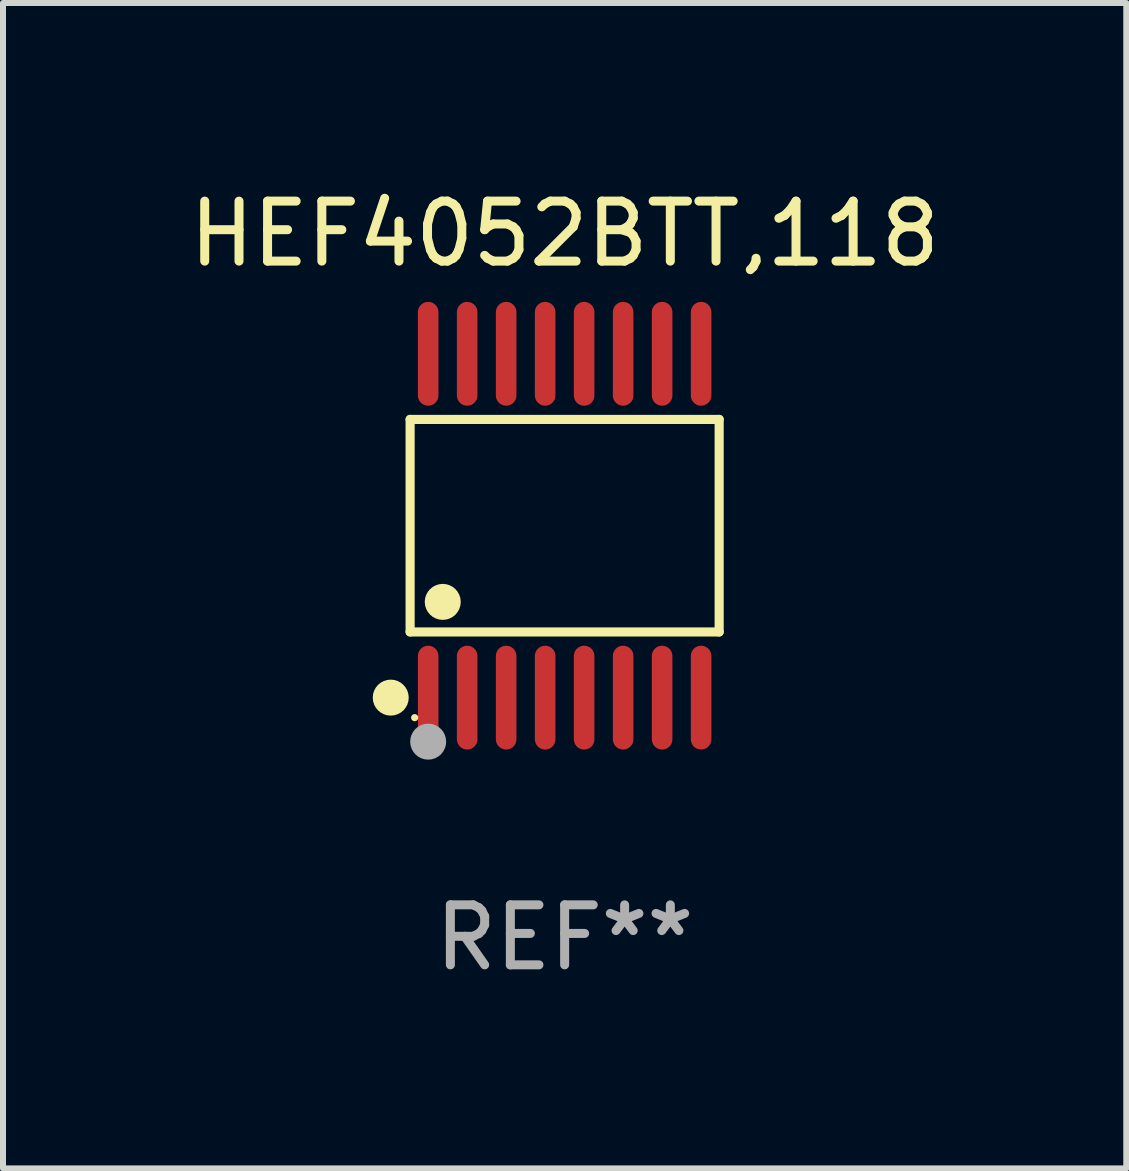
<source format=kicad_pcb>
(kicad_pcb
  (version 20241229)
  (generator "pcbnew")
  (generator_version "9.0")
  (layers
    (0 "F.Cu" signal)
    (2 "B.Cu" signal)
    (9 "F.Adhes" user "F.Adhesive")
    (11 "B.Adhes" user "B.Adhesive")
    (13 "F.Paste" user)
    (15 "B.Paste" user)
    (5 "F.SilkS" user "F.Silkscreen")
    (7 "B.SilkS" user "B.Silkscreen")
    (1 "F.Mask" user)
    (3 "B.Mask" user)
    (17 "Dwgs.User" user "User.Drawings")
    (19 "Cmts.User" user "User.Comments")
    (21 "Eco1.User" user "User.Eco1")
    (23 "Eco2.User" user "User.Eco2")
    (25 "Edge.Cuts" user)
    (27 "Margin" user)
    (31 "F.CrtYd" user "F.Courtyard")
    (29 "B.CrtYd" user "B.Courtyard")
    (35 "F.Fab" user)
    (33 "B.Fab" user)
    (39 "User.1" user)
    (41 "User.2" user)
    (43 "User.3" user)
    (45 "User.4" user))
  (footprint "HEF4052BTT,118"
    (layer "F.Cu")
    (at 6.363 5.714)
    (property "Reference" "HEF4052BTT,118" (at 0 -4.866 0) (layer "F.SilkS") (effects (font (size 1 1) (thickness 0.15))))
    (attr through_hole)
    (fp_line (start -2.576 -1.772) (end 2.576 -1.772) (stroke (width 0.152) (type solid)) (layer "F.SilkS"))
    (fp_line (start -2.576 1.771) (end -2.576 -1.772) (stroke (width 0.152) (type solid)) (layer "F.SilkS"))
    (fp_line (start 2.576 -1.772) (end 2.576 1.771) (stroke (width 0.152) (type solid)) (layer "F.SilkS"))
    (fp_line (start 2.576 1.771) (end -2.576 1.771) (stroke (width 0.152) (type solid)) (layer "F.SilkS"))
    (fp_circle (center -2.899 2.866) (end -2.749 2.866) (stroke (width 0.3) (type solid)) (fill no) (layer "F.SilkS"))
    (fp_circle (center -2.5 3.2) (end -2.47 3.2) (stroke (width 0.06) (type solid)) (fill no) (layer "F.SilkS"))
    (fp_circle (center -2.032 1.27) (end -1.882 1.27) (stroke (width 0.3) (type solid)) (fill no) (layer "F.SilkS"))
    (fp_circle (center -2.275 3.6) (end -2.125 3.6) (stroke (width 0.3) (type solid)) (fill no) (layer "F.Fab"))
    (fp_text user "REF**" (at 0 6.866 0) (layer "F.Fab") (effects (font (size 1 1) (thickness 0.15))))
    (pad "1" smd oval (at -2.275 2.866) (size 0.343 1.731) (layers "F.Cu" "F.Mask" "F.Paste"))
    (pad "2" smd oval (at -1.625 2.866) (size 0.343 1.731) (layers "F.Cu" "F.Mask" "F.Paste"))
    (pad "3" smd oval (at -0.975 2.866) (size 0.343 1.731) (layers "F.Cu" "F.Mask" "F.Paste"))
    (pad "4" smd oval (at -0.325 2.866) (size 0.343 1.731) (layers "F.Cu" "F.Mask" "F.Paste"))
    (pad "5" smd oval (at 0.325 2.866) (size 0.343 1.731) (layers "F.Cu" "F.Mask" "F.Paste"))
    (pad "6" smd oval (at 0.975 2.866) (size 0.343 1.731) (layers "F.Cu" "F.Mask" "F.Paste"))
    (pad "7" smd oval (at 1.625 2.866) (size 0.343 1.731) (layers "F.Cu" "F.Mask" "F.Paste"))
    (pad "8" smd oval (at 2.275 2.866) (size 0.343 1.731) (layers "F.Cu" "F.Mask" "F.Paste"))
    (pad "9" smd oval (at 2.275 -2.866) (size 0.343 1.731) (layers "F.Cu" "F.Mask" "F.Paste"))
    (pad "10" smd oval (at 1.625 -2.866) (size 0.343 1.731) (layers "F.Cu" "F.Mask" "F.Paste"))
    (pad "11" smd oval (at 0.975 -2.866) (size 0.343 1.731) (layers "F.Cu" "F.Mask" "F.Paste"))
    (pad "12" smd oval (at 0.325 -2.866) (size 0.343 1.731) (layers "F.Cu" "F.Mask" "F.Paste"))
    (pad "13" smd oval (at -0.325 -2.866) (size 0.343 1.731) (layers "F.Cu" "F.Mask" "F.Paste"))
    (pad "14" smd oval (at -0.975 -2.866) (size 0.343 1.731) (layers "F.Cu" "F.Mask" "F.Paste"))
    (pad "15" smd oval (at -1.625 -2.866) (size 0.343 1.731) (layers "F.Cu" "F.Mask" "F.Paste"))
    (pad "16" smd oval (at -2.275 -2.866) (size 0.343 1.731) (layers "F.Cu" "F.Mask" "F.Paste")))
  (gr_rect
    (start -3 -3)
    (end 15.726 16.428)
    (stroke (width 0.1) (type default))
    (fill no)
    (layer "Edge.Cuts")))
</source>
